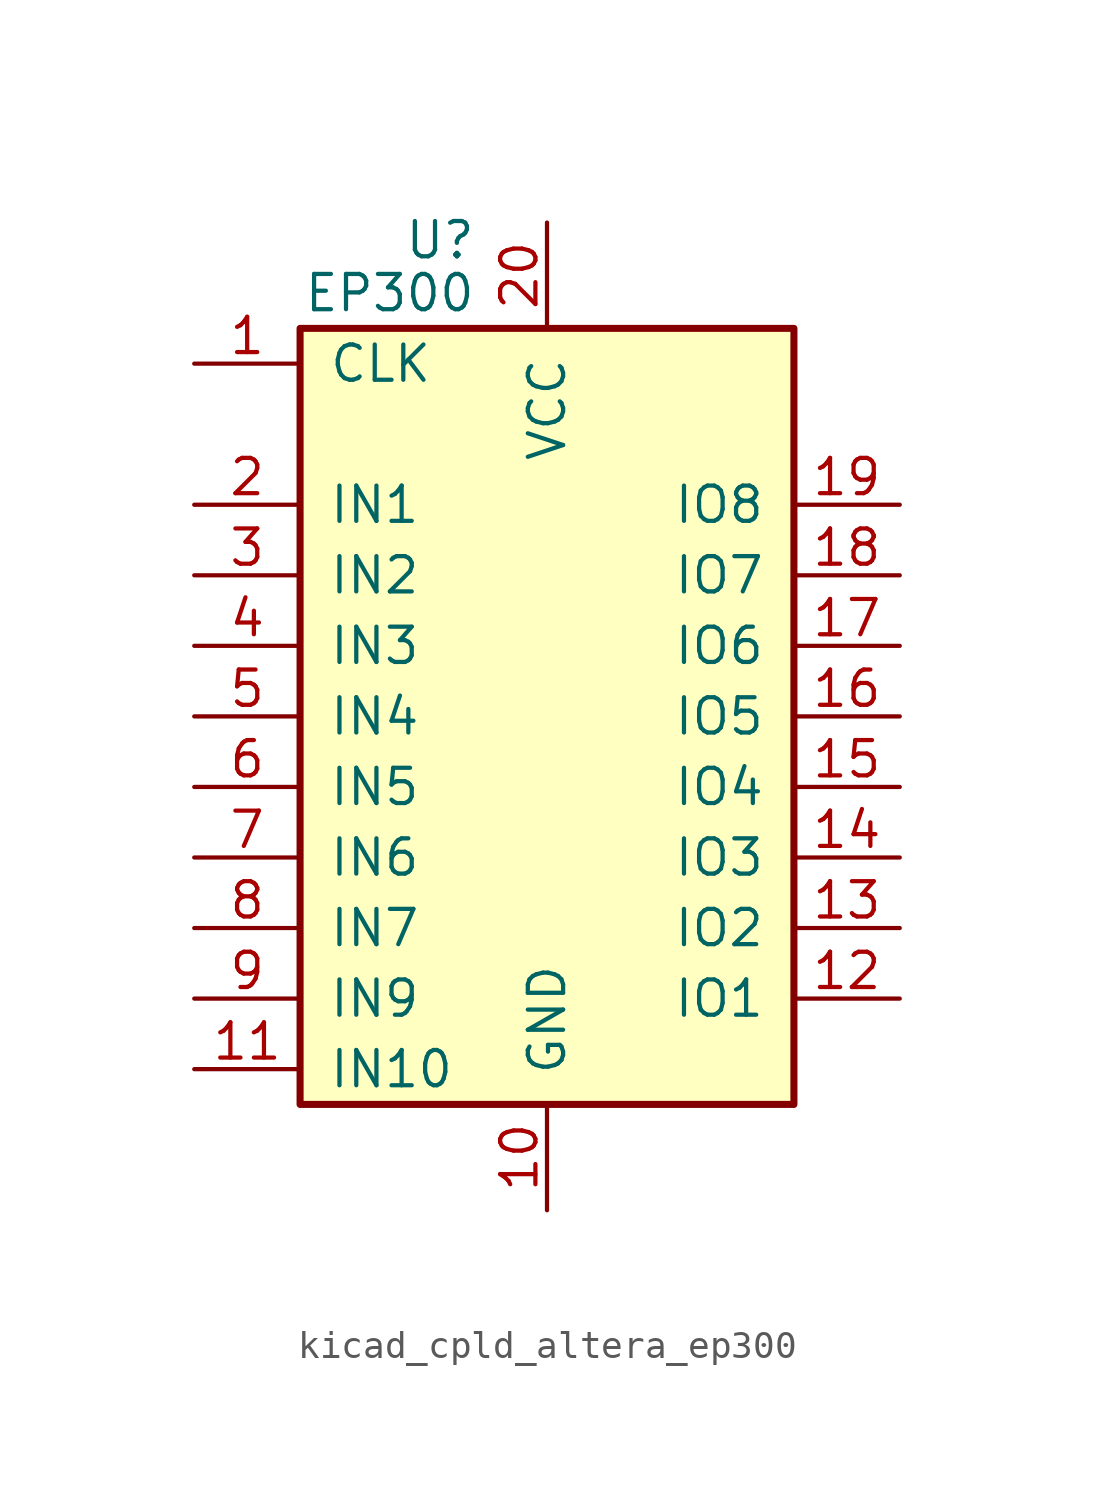
<source format=kicad_sym>
(kicad_symbol_lib
  (version 20220914)
  (generator kicad_symbol_editor)
  (symbol "kicad_cpld_altera_ep300"
    (pin_names
      (offset 1.016))
    (property "Reference" "U"
      (at -2.54 17.145 0)
      (effects (font (size 1.27 1.27)) (justify right)))
    (property "Value" "EP300"
      (at -2.54 15.24 0)
      (effects (font (size 1.27 1.27)) (justify right)))
    (symbol "kicad_cpld_altera_ep300_0_1"
      (rectangle (start -8.89 -13.97) (end 8.89 13.97) (stroke (width 0.254) (type default)) (fill (type background))))
    (symbol "kicad_cpld_altera_ep300_1_1"
      (pin input line (at -12.7 12.7 0) (length 3.81) (name "CLK" (effects (font (size 1.27 1.27)))) (number "1" (effects (font (size 1.27 1.27)))))
      (pin power_in line (at 0 -17.78 90) (length 3.81) (name "GND" (effects (font (size 1.27 1.27)))) (number "10" (effects (font (size 1.27 1.27)))))
      (pin input line (at -12.7 -12.7 0) (length 3.81) (name "IN10" (effects (font (size 1.27 1.27)))) (number "11" (effects (font (size 1.27 1.27)))))
      (pin input line (at 12.7 -10.16 180) (length 3.81) (name "IO1" (effects (font (size 1.27 1.27)))) (number "12" (effects (font (size 1.27 1.27)))))
      (pin input line (at 12.7 -7.62 180) (length 3.81) (name "IO2" (effects (font (size 1.27 1.27)))) (number "13" (effects (font (size 1.27 1.27)))))
      (pin input line (at 12.7 -5.08 180) (length 3.81) (name "IO3" (effects (font (size 1.27 1.27)))) (number "14" (effects (font (size 1.27 1.27)))))
      (pin input line (at 12.7 -2.54 180) (length 3.81) (name "IO4" (effects (font (size 1.27 1.27)))) (number "15" (effects (font (size 1.27 1.27)))))
      (pin input line (at 12.7 0 180) (length 3.81) (name "IO5" (effects (font (size 1.27 1.27)))) (number "16" (effects (font (size 1.27 1.27)))))
      (pin input line (at 12.7 2.54 180) (length 3.81) (name "IO6" (effects (font (size 1.27 1.27)))) (number "17" (effects (font (size 1.27 1.27)))))
      (pin input line (at 12.7 5.08 180) (length 3.81) (name "IO7" (effects (font (size 1.27 1.27)))) (number "18" (effects (font (size 1.27 1.27)))))
      (pin input line (at 12.7 7.62 180) (length 3.81) (name "IO8" (effects (font (size 1.27 1.27)))) (number "19" (effects (font (size 1.27 1.27)))))
      (pin input line (at -12.7 7.62 0) (length 3.81) (name "IN1" (effects (font (size 1.27 1.27)))) (number "2" (effects (font (size 1.27 1.27)))))
      (pin power_in line (at 0 17.78 270) (length 3.81) (name "VCC" (effects (font (size 1.27 1.27)))) (number "20" (effects (font (size 1.27 1.27)))))
      (pin input line (at -12.7 5.08 0) (length 3.81) (name "IN2" (effects (font (size 1.27 1.27)))) (number "3" (effects (font (size 1.27 1.27)))))
      (pin input line (at -12.7 2.54 0) (length 3.81) (name "IN3" (effects (font (size 1.27 1.27)))) (number "4" (effects (font (size 1.27 1.27)))))
      (pin input line (at -12.7 0 0) (length 3.81) (name "IN4" (effects (font (size 1.27 1.27)))) (number "5" (effects (font (size 1.27 1.27)))))
      (pin input line (at -12.7 -2.54 0) (length 3.81) (name "IN5" (effects (font (size 1.27 1.27)))) (number "6" (effects (font (size 1.27 1.27)))))
      (pin input line (at -12.7 -5.08 0) (length 3.81) (name "IN6" (effects (font (size 1.27 1.27)))) (number "7" (effects (font (size 1.27 1.27)))))
      (pin input line (at -12.7 -7.62 0) (length 3.81) (name "IN7" (effects (font (size 1.27 1.27)))) (number "8" (effects (font (size 1.27 1.27)))))
      (pin input line (at -12.7 -10.16 0) (length 3.81) (name "IN9" (effects (font (size 1.27 1.27)))) (number "9" (effects (font (size 1.27 1.27))))))))
</source>
